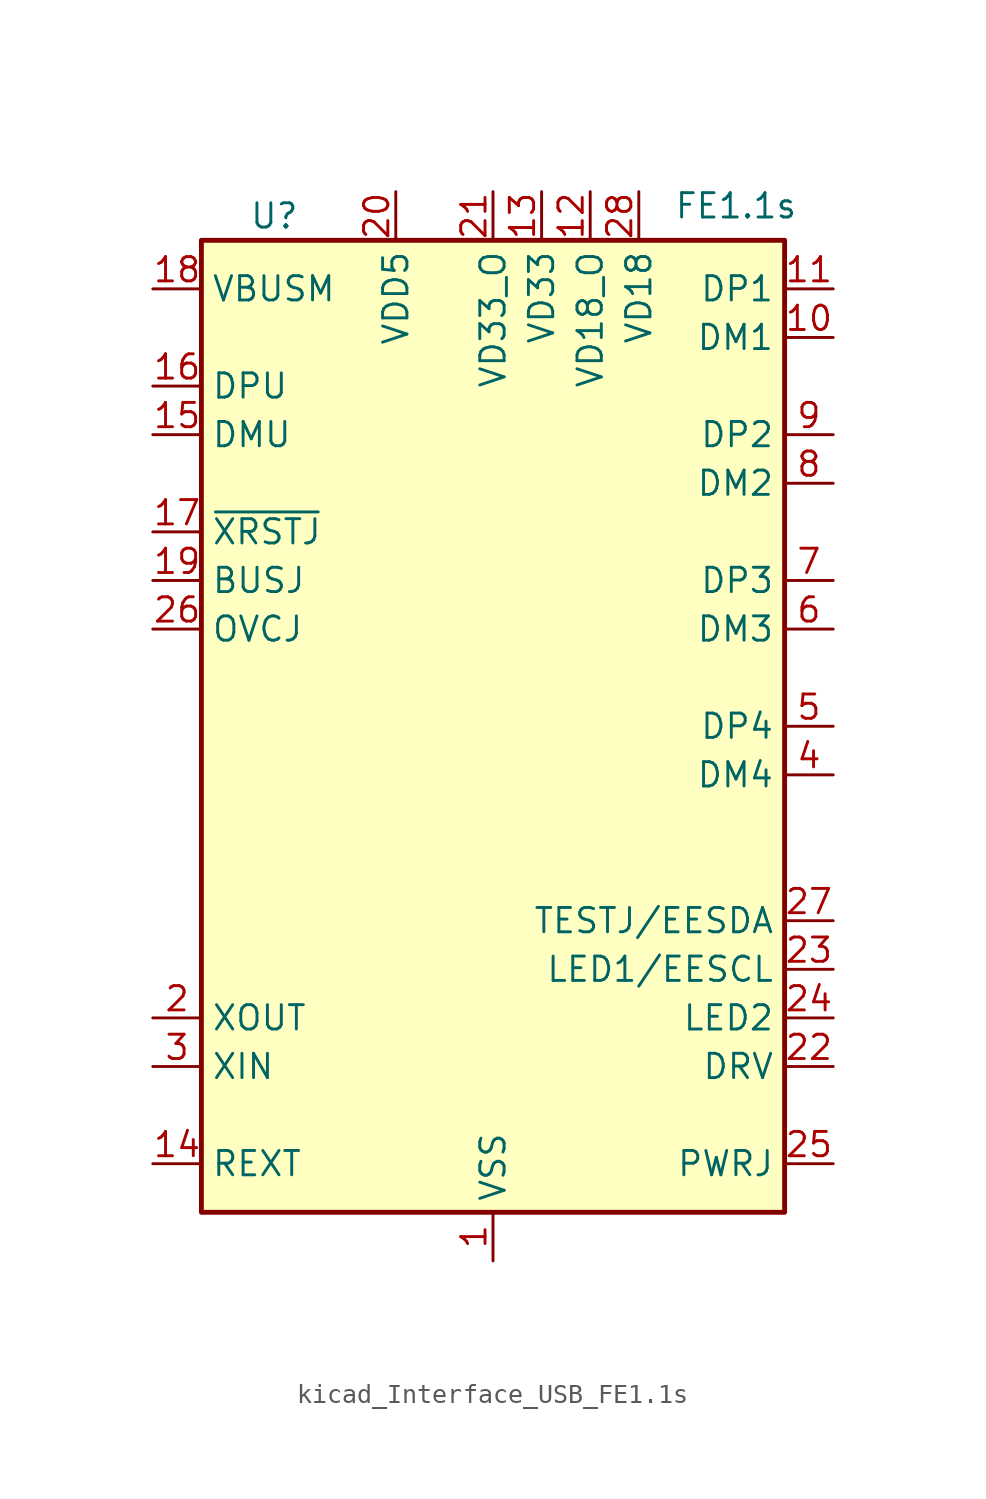
<source format=kicad_sym>
(kicad_symbol_lib
  (version 20220914)
  (generator kicad_symbol_editor)
  (symbol "kicad_Interface_USB_FE1.1s"
    (property "Reference" "U"
      (at -11.43 26.67 0)
      (effects (font (size 1.27 1.27))))
    (property "Value" "FE1.1s"
      (at 12.7 27.94 0)
      (effects (font (size 1.27 1.27)) (justify top)))
    (symbol "kicad_Interface_USB_FE1.1s_0_1"
      (rectangle (start -15.24 25.4) (end 15.24 -25.4) (stroke (width 0.254) (type default)) (fill (type background))))
    (symbol "kicad_Interface_USB_FE1.1s_1_1"
      (pin power_in line (at 0 -27.94 90) (length 2.54) (name "VSS" (effects (font (size 1.27 1.27)))) (number "1" (effects (font (size 1.27 1.27)))))
      (pin bidirectional line (at 17.78 20.32 180) (length 2.54) (name "DM1" (effects (font (size 1.27 1.27)))) (number "10" (effects (font (size 1.27 1.27)))))
      (pin bidirectional line (at 17.78 22.86 180) (length 2.54) (name "DP1" (effects (font (size 1.27 1.27)))) (number "11" (effects (font (size 1.27 1.27)))))
      (pin power_out line (at 5.08 27.94 270) (length 2.54) (name "VD18_O" (effects (font (size 1.27 1.27)))) (number "12" (effects (font (size 1.27 1.27)))))
      (pin power_in line (at 2.54 27.94 270) (length 2.54) (name "VD33" (effects (font (size 1.27 1.27)))) (number "13" (effects (font (size 1.27 1.27)))))
      (pin passive line (at -17.78 -22.86 0) (length 2.54) (name "REXT" (effects (font (size 1.27 1.27)))) (number "14" (effects (font (size 1.27 1.27)))))
      (pin bidirectional line (at -17.78 15.24 0) (length 2.54) (name "DMU" (effects (font (size 1.27 1.27)))) (number "15" (effects (font (size 1.27 1.27)))))
      (pin bidirectional line (at -17.78 17.78 0) (length 2.54) (name "DPU" (effects (font (size 1.27 1.27)))) (number "16" (effects (font (size 1.27 1.27)))))
      (pin input line (at -17.78 10.16 0) (length 2.54) (name "~{XRSTJ}" (effects (font (size 1.27 1.27)))) (number "17" (effects (font (size 1.27 1.27)))))
      (pin input line (at -17.78 22.86 0) (length 2.54) (name "VBUSM" (effects (font (size 1.27 1.27)))) (number "18" (effects (font (size 1.27 1.27)))))
      (pin input line (at -17.78 7.62 0) (length 2.54) (name "BUSJ" (effects (font (size 1.27 1.27)))) (number "19" (effects (font (size 1.27 1.27)))))
      (pin output line (at -17.78 -15.24 0) (length 2.54) (name "XOUT" (effects (font (size 1.27 1.27)))) (number "2" (effects (font (size 1.27 1.27)))))
      (pin power_in line (at -5.08 27.94 270) (length 2.54) (name "VDD5" (effects (font (size 1.27 1.27)))) (number "20" (effects (font (size 1.27 1.27)))))
      (pin power_out line (at 0 27.94 270) (length 2.54) (name "VD33_O" (effects (font (size 1.27 1.27)))) (number "21" (effects (font (size 1.27 1.27)))))
      (pin bidirectional line (at 17.78 -17.78 180) (length 2.54) (name "DRV" (effects (font (size 1.27 1.27)))) (number "22" (effects (font (size 1.27 1.27)))))
      (pin bidirectional line (at 17.78 -12.7 180) (length 2.54) (name "LED1/EESCL" (effects (font (size 1.27 1.27)))) (number "23" (effects (font (size 1.27 1.27)))))
      (pin bidirectional line (at 17.78 -15.24 180) (length 2.54) (name "LED2" (effects (font (size 1.27 1.27)))) (number "24" (effects (font (size 1.27 1.27)))))
      (pin output line (at 17.78 -22.86 180) (length 2.54) (name "PWRJ" (effects (font (size 1.27 1.27)))) (number "25" (effects (font (size 1.27 1.27)))))
      (pin input line (at -17.78 5.08 0) (length 2.54) (name "OVCJ" (effects (font (size 1.27 1.27)))) (number "26" (effects (font (size 1.27 1.27)))))
      (pin bidirectional line (at 17.78 -10.16 180) (length 2.54) (name "TESTJ/EESDA" (effects (font (size 1.27 1.27)))) (number "27" (effects (font (size 1.27 1.27)))))
      (pin power_in line (at 7.62 27.94 270) (length 2.54) (name "VD18" (effects (font (size 1.27 1.27)))) (number "28" (effects (font (size 1.27 1.27)))))
      (pin input line (at -17.78 -17.78 0) (length 2.54) (name "XIN" (effects (font (size 1.27 1.27)))) (number "3" (effects (font (size 1.27 1.27)))))
      (pin bidirectional line (at 17.78 -2.54 180) (length 2.54) (name "DM4" (effects (font (size 1.27 1.27)))) (number "4" (effects (font (size 1.27 1.27)))))
      (pin bidirectional line (at 17.78 0 180) (length 2.54) (name "DP4" (effects (font (size 1.27 1.27)))) (number "5" (effects (font (size 1.27 1.27)))))
      (pin bidirectional line (at 17.78 5.08 180) (length 2.54) (name "DM3" (effects (font (size 1.27 1.27)))) (number "6" (effects (font (size 1.27 1.27)))))
      (pin bidirectional line (at 17.78 7.62 180) (length 2.54) (name "DP3" (effects (font (size 1.27 1.27)))) (number "7" (effects (font (size 1.27 1.27)))))
      (pin bidirectional line (at 17.78 12.7 180) (length 2.54) (name "DM2" (effects (font (size 1.27 1.27)))) (number "8" (effects (font (size 1.27 1.27)))))
      (pin bidirectional line (at 17.78 15.24 180) (length 2.54) (name "DP2" (effects (font (size 1.27 1.27)))) (number "9" (effects (font (size 1.27 1.27))))))))
</source>
